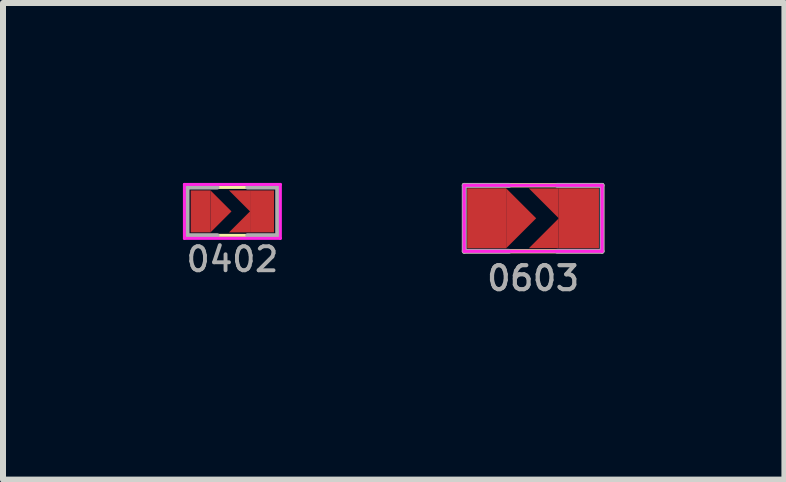
<source format=kicad_pcb>
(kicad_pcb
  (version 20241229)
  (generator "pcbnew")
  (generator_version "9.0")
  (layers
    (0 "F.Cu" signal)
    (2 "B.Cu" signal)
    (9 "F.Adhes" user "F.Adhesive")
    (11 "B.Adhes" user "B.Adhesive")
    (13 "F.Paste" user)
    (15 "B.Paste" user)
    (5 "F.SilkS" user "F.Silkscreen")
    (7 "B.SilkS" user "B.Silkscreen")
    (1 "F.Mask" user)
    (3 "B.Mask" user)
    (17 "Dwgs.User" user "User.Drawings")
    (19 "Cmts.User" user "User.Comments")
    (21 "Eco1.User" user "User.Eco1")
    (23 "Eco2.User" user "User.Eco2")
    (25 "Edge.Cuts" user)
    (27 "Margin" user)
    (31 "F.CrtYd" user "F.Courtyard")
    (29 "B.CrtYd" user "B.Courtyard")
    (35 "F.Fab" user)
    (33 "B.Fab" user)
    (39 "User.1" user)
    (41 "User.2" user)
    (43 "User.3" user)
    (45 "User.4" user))
  (footprint "0603"
    (layer "F.Cu")
    (at 5.84 0.59)
    (property "Reference" "0603" (at 0 1 0) (layer "F.Fab") (effects (font (size 0.4 0.4) (thickness 0.07))))
    (attr smd)
    (fp_line (start -1.15 -0.55) (end -1.15 0.55) (stroke (width 0.07) (type solid)) (layer "F.SilkS"))
    (fp_line (start -1.15 0.55) (end 1.15 0.55) (stroke (width 0.07) (type solid)) (layer "F.SilkS"))
    (fp_line (start 1.15 -0.55) (end -1.15 -0.55) (stroke (width 0.07) (type solid)) (layer "F.SilkS"))
    (fp_line (start 1.15 0.55) (end 1.15 -0.55) (stroke (width 0.07) (type solid)) (layer "F.SilkS"))
    (fp_line (start -1.15 -0.55) (end 1.15 -0.55) (stroke (width 0.05) (type solid)) (layer "F.CrtYd"))
    (fp_line (start -1.15 0.55) (end -1.15 -0.55) (stroke (width 0.05) (type solid)) (layer "F.CrtYd"))
    (fp_line (start 1.15 -0.55) (end 1.15 0.55) (stroke (width 0.05) (type solid)) (layer "F.CrtYd"))
    (fp_line (start 1.15 0.55) (end -1.15 0.55) (stroke (width 0.05) (type solid)) (layer "F.CrtYd"))
    (fp_line (start -1.15 -0.55) (end -1.15 0.55) (stroke (width 0.08) (type solid)) (layer "F.Fab"))
    (fp_line (start -1.15 0.55) (end -0.4 0.55) (stroke (width 0.08) (type solid)) (layer "F.Fab"))
    (fp_line (start -0.4 -0.55) (end -1.15 -0.55) (stroke (width 0.08) (type solid)) (layer "F.Fab"))
    (fp_line (start 0.4 -0.55) (end 1.15 -0.55) (stroke (width 0.08) (type solid)) (layer "F.Fab"))
    (fp_line (start 1.15 -0.55) (end 1.15 0.55) (stroke (width 0.08) (type solid)) (layer "F.Fab"))
    (fp_line (start 1.15 0.55) (end 0.4 0.55) (stroke (width 0.08) (type solid)) (layer "F.Fab"))
    (pad "1" smd rect (at -0.78 0) (size 0.65 1) (drill (offset 0.005 0)) (layers "F.Cu" "F.Mask" "F.Paste"))
    (pad "1" smd trapezoid (at -0.2 0 270) (size 0.5 0.5) (rect_delta 0 0.499) (layers "F.Cu" "F.Mask" "F.Paste"))
    (pad "2" smd trapezoid (at 0.3 -0.375 315) (size 0.35 0.35) (rect_delta 0 0.349) (layers "F.Cu" "F.Mask" "F.Paste"))
    (pad "2" smd trapezoid (at 0.3 0.375 225) (size 0.35 0.35) (rect_delta 0 0.349) (layers "F.Cu" "F.Mask" "F.Paste"))
    (pad "2" smd rect (at 0.76 0) (size 0.675 1) (layers "F.Cu" "F.Mask" "F.Paste")))
  (footprint "0402"
    (layer "F.Cu")
    (at 0.825 0.475)
    (property "Reference" "0402" (at 0 0.8 0) (layer "F.Fab") (effects (font (size 0.4 0.4) (thickness 0.065))))
    (attr smd)
    (fp_line (start -0.75 0.4) (end -0.75 -0.4) (stroke (width 0.05) (type solid)) (layer "F.SilkS"))
    (fp_line (start -0.75 0.4) (end 0.75 0.4) (stroke (width 0.05) (type solid)) (layer "F.SilkS"))
    (fp_line (start 0.75 -0.4) (end -0.75 -0.4) (stroke (width 0.05) (type solid)) (layer "F.SilkS"))
    (fp_line (start 0.75 -0.4) (end 0.75 0.4) (stroke (width 0.05) (type solid)) (layer "F.SilkS"))
    (fp_line (start -0.8 -0.45) (end 0.8 -0.45) (stroke (width 0.05) (type solid)) (layer "F.CrtYd"))
    (fp_line (start -0.8 0.45) (end -0.8 -0.45) (stroke (width 0.05) (type solid)) (layer "F.CrtYd"))
    (fp_line (start 0.8 -0.45) (end 0.8 0.45) (stroke (width 0.05) (type solid)) (layer "F.CrtYd"))
    (fp_line (start 0.8 0.45) (end -0.8 0.45) (stroke (width 0.05) (type solid)) (layer "F.CrtYd"))
    (fp_line (start -0.75 -0.4) (end -0.75 0.4) (stroke (width 0.07) (type solid)) (layer "F.Fab"))
    (fp_line (start -0.75 0.4) (end -0.25 0.4) (stroke (width 0.07) (type solid)) (layer "F.Fab"))
    (fp_line (start -0.25 -0.4) (end -0.75 -0.4) (stroke (width 0.07) (type solid)) (layer "F.Fab"))
    (fp_line (start 0.25 -0.4) (end 0.75 -0.4) (stroke (width 0.07) (type solid)) (layer "F.Fab"))
    (fp_line (start 0.75 -0.4) (end 0.75 0.4) (stroke (width 0.07) (type solid)) (layer "F.Fab"))
    (fp_line (start 0.75 0.4) (end 0.25 0.4) (stroke (width 0.07) (type solid)) (layer "F.Fab"))
    (pad "1" smd rect (at -0.53 0) (size 0.33 0.7) (layers "F.Cu" "F.Mask" "F.Paste"))
    (pad "1" smd trapezoid (at -0.19 0) (size 0.35 0.35) (rect_delta 0.35 0) (layers "F.Cu" "F.Mask" "F.Paste"))
    (pad "2" smd trapezoid (at 0.21 -0.26 45) (size 0.25 0.25) (rect_delta 0.25 0) (drill (offset 0 -0.003)) (layers "F.Cu" "F.Mask" "F.Paste"))
    (pad "2" smd trapezoid (at 0.21 0.26 315) (size 0.25 0.25) (rect_delta 0.25 0) (drill (offset 0 0.003)) (layers "F.Cu" "F.Mask" "F.Paste"))
    (pad "2" smd rect (at 0.5 0) (size 0.4 0.7) (drill (offset -0.005 0)) (layers "F.Cu" "F.Mask" "F.Paste")))
  (gr_rect
    (start -3 -3)
    (end 10.03 4.947)
    (stroke (width 0.1) (type default))
    (fill no)
    (layer "Edge.Cuts")))
</source>
